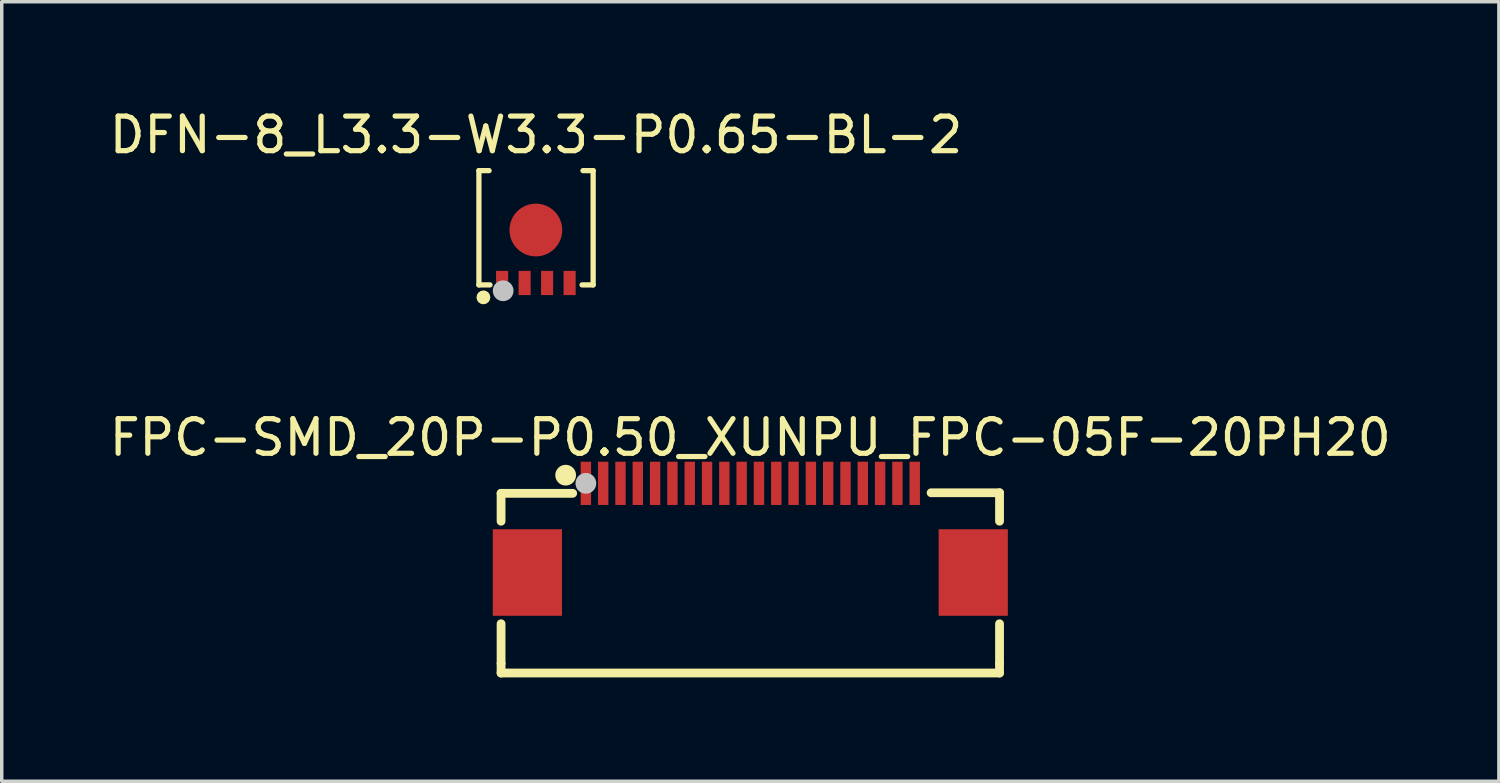
<source format=kicad_pcb>
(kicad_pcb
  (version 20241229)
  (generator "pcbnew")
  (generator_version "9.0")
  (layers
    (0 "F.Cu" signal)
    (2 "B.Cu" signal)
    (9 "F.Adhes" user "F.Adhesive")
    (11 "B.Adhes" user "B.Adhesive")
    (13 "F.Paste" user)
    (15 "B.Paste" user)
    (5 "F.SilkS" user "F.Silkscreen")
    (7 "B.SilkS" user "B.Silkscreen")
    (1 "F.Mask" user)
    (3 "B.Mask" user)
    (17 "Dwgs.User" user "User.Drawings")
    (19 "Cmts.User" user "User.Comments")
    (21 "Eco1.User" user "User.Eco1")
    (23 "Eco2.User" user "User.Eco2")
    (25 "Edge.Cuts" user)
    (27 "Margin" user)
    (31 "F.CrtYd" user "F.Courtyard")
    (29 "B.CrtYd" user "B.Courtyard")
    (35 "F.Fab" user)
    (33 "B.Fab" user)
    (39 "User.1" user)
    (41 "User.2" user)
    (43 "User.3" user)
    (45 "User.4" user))
  (footprint "DFN-8_L3.3-W3.3-P0.65-BL-2"
    (layer "F.Cu")
    (at 12.43 4.36)
    (property "Reference" "DFN-8_L3.3-W3.3-P0.65-BL-2" (at 0.005 -3.512 0) (layer "F.SilkS") (effects (font (size 1 1) (thickness 0.15))))
    (fp_line (start -1.645 -2.481) (end -1.351 -2.481) (stroke (width 0.152) (type default)) (layer "F.SilkS"))
    (fp_line (start -1.645 0.82) (end -1.645 -2.481) (stroke (width 0.152) (type default)) (layer "F.SilkS"))
    (fp_line (start -1.325 0.82) (end -1.645 0.82) (stroke (width 0.152) (type default)) (layer "F.SilkS"))
    (fp_line (start 1.655 -2.481) (end 1.361 -2.481) (stroke (width 0.152) (type default)) (layer "F.SilkS"))
    (fp_line (start 1.655 -2.481) (end 1.655 0.82) (stroke (width 0.152) (type default)) (layer "F.SilkS"))
    (fp_line (start 1.655 0.82) (end 1.335 0.82) (stroke (width 0.152) (type default)) (layer "F.SilkS"))
    (fp_circle (center -1.515 1.18) (end -1.415 1.18) (stroke (width 0.2) (type default)) (fill no) (layer "F.SilkS"))
    (fp_line (start 0.774 -2.115) (end 0.774 -2.685) (stroke (width 0.254) (type default)) (layer "F.Paste"))
    (fp_poly (pts (xy -1.15 0.415) (xy -0.8 0.415) (xy -0.8 1.115) (xy -1.15 1.115)) (stroke (width 0) (type default)) (fill yes) (layer "F.Paste"))
    (fp_poly (pts (xy -0.5 0.415) (xy -0.15 0.415) (xy -0.15 1.115) (xy -0.5 1.115)) (stroke (width 0) (type default)) (fill yes) (layer "F.Paste"))
    (fp_poly (pts (xy 0.15 0.415) (xy 0.5 0.415) (xy 0.5 1.115) (xy 0.15 1.115)) (stroke (width 0) (type default)) (fill yes) (layer "F.Paste"))
    (fp_poly (pts (xy 0.8 0.415) (xy 1.15 0.415) (xy 1.15 1.115) (xy 0.8 1.115)) (stroke (width 0) (type default)) (fill yes) (layer "F.Paste"))
    (fp_poly (pts (xy -1.176 -0.187) (xy -1.176 -2.115) (xy -1.176 -2.685) (xy -0.775 -2.685) (xy -0.775 -2.115) (xy -0.526 -2.115) (xy -0.526 -2.685) (xy -0.125 -2.685) (xy -0.125 -2.115) (xy 0.125 -2.115) (xy 0.125 -2.685) (xy 0.525 -2.685) (xy 0.525 -2.115) (xy 0.774 -2.115) (xy 0.774 -2.685) (xy 1.176 -2.685) (xy 1.176 -2.115) (xy 1.176 -0.187)) (stroke (width 0) (type default)) (fill yes) (layer "F.Paste"))
    (fp_circle (center -0.945 0.99) (end -0.795 0.99) (stroke (width 0.3) (type default)) (fill no) (layer "Dwgs.User"))
    (fp_poly (pts (xy -1.12 0.419) (xy -0.82 0.419) (xy -0.82 0.82) (xy -1.12 0.82)) (stroke (width 0.1) (type default)) (fill no) (layer "User.1"))
    (fp_poly (pts (xy -0.47 0.419) (xy -0.17 0.419) (xy -0.17 0.82) (xy -0.47 0.82)) (stroke (width 0.1) (type default)) (fill no) (layer "User.1"))
    (fp_poly (pts (xy 0.18 0.419) (xy 0.48 0.419) (xy 0.48 0.82) (xy 0.18 0.82)) (stroke (width 0.1) (type default)) (fill no) (layer "User.1"))
    (fp_poly (pts (xy 0.83 0.419) (xy 1.13 0.419) (xy 1.13 0.82) (xy 0.83 0.82)) (stroke (width 0.1) (type default)) (fill no) (layer "User.1"))
    (fp_poly (pts (xy -1.12 -0.231) (xy -1.12 -2.08) (xy -1.12 -2.48) (xy -0.82 -2.48) (xy -0.82 -2.08) (xy -0.47 -2.08) (xy -0.47 -2.48) (xy -0.17 -2.48) (xy -0.17 -2.08) (xy 0.18 -2.08) (xy 0.18 -2.48) (xy 0.48 -2.48) (xy 0.48 -2.08) (xy 0.83 -2.08) (xy 0.83 -2.48) (xy 1.13 -2.48) (xy 1.13 -2.08) (xy 1.13 -0.231)) (stroke (width 0.1) (type default)) (fill no) (layer "User.1"))
    (fp_line (start -1.645 -2.481) (end 1.655 -2.481) (stroke (width 0.051) (type default)) (layer "User.2"))
    (fp_line (start -1.645 0.82) (end -1.645 -2.481) (stroke (width 0.051) (type default)) (layer "User.2"))
    (fp_line (start 1.655 -2.481) (end 1.655 0.82) (stroke (width 0.051) (type default)) (layer "User.2"))
    (fp_line (start 1.655 0.82) (end -1.645 0.82) (stroke (width 0.051) (type default)) (layer "User.2"))
    (fp_poly (pts (xy -1.59 0.797) (xy -1.622 0.764) (xy -1.668 0.764) (xy -1.7 0.797) (xy -1.7 0.842) (xy -1.668 0.875) (xy -1.622 0.875) (xy -1.59 0.842)) (stroke (width 0.1) (type default)) (fill no) (layer "User.3"))
    (pad "1" smd rect (at -0.975 0.765) (size 0.35 0.7) (layers "F.Cu" "F.Mask" "F.Paste"))
    (pad "2" smd rect (at -0.325 0.765) (size 0.35 0.7) (layers "F.Cu" "F.Mask" "F.Paste"))
    (pad "3" smd rect (at 0.325 0.765) (size 0.35 0.7) (layers "F.Cu" "F.Mask" "F.Paste"))
    (pad "4" smd rect (at 0.975 0.765) (size 0.35 0.7) (layers "F.Cu" "F.Mask" "F.Paste"))
    (pad "5" smd circle (at 0 -0.765) (size 1.524 1.524) (layers "F.Cu" "F.Mask" "F.Paste")))
  (footprint "FPC-SMD_20P-P0.50_XUNPU_FPC-05F-20PH20"
    (layer "F.Cu")
    (at 18.625 12.201)
    (property "Reference" "FPC-SMD_20P-P0.50_XUNPU_FPC-05F-20PH20" (at 0 -2.612 0) (layer "F.SilkS") (effects (font (size 1 1) (thickness 0.15))))
    (fp_line (start -7.2 -1) (end -5.131 -1) (stroke (width 0.254) (type default)) (layer "F.SilkS"))
    (fp_line (start -7.2 -0.194) (end -7.2 -1) (stroke (width 0.254) (type default)) (layer "F.SilkS"))
    (fp_line (start -7.2 3.913) (end -7.2 2.768) (stroke (width 0.254) (type default)) (layer "F.SilkS"))
    (fp_line (start -7.2 3.913) (end -7.2 4.191) (stroke (width 0.254) (type default)) (layer "F.SilkS"))
    (fp_line (start -7.2 4.191) (end 7.2 4.191) (stroke (width 0.254) (type default)) (layer "F.SilkS"))
    (fp_line (start 7.2 -1.016) (end 5.223 -1.016) (stroke (width 0.254) (type default)) (layer "F.SilkS"))
    (fp_line (start 7.2 -0.194) (end 7.2 -1.016) (stroke (width 0.254) (type default)) (layer "F.SilkS"))
    (fp_line (start 7.2 3.913) (end 7.2 2.768) (stroke (width 0.254) (type default)) (layer "F.SilkS"))
    (fp_line (start 7.2 3.913) (end 7.2 4.191) (stroke (width 0.254) (type default)) (layer "F.SilkS"))
    (fp_circle (center -5.334 -1.524) (end -5.184 -1.524) (stroke (width 0.3) (type default)) (fill no) (layer "F.SilkS"))
    (fp_circle (center -4.75 -1.288) (end -4.6 -1.288) (stroke (width 0.3) (type default)) (fill no) (layer "Dwgs.User"))
    (fp_poly (pts (xy -7.2 1.788) (xy -7.2 0.787) (xy -6 0.787) (xy -6 1.788)) (stroke (width 0.1) (type default)) (fill no) (layer "User.1"))
    (fp_poly (pts (xy -4.825 -1.663) (xy -4.675 -1.663) (xy -4.675 -0.912) (xy -4.825 -0.912)) (stroke (width 0.1) (type default)) (fill no) (layer "User.1"))
    (fp_poly (pts (xy -4.325 -1.663) (xy -4.175 -1.663) (xy -4.175 -0.912) (xy -4.325 -0.912)) (stroke (width 0.1) (type default)) (fill no) (layer "User.1"))
    (fp_poly (pts (xy -3.825 -1.663) (xy -3.675 -1.663) (xy -3.675 -0.912) (xy -3.825 -0.912)) (stroke (width 0.1) (type default)) (fill no) (layer "User.1"))
    (fp_poly (pts (xy -3.325 -1.663) (xy -3.175 -1.663) (xy -3.175 -0.912) (xy -3.325 -0.912)) (stroke (width 0.1) (type default)) (fill no) (layer "User.1"))
    (fp_poly (pts (xy -2.825 -1.663) (xy -2.675 -1.663) (xy -2.675 -0.912) (xy -2.825 -0.912)) (stroke (width 0.1) (type default)) (fill no) (layer "User.1"))
    (fp_poly (pts (xy -2.325 -1.663) (xy -2.175 -1.663) (xy -2.175 -0.912) (xy -2.325 -0.912)) (stroke (width 0.1) (type default)) (fill no) (layer "User.1"))
    (fp_poly (pts (xy -1.825 -1.663) (xy -1.675 -1.663) (xy -1.675 -0.912) (xy -1.825 -0.912)) (stroke (width 0.1) (type default)) (fill no) (layer "User.1"))
    (fp_poly (pts (xy -1.325 -1.663) (xy -1.175 -1.663) (xy -1.175 -0.912) (xy -1.325 -0.912)) (stroke (width 0.1) (type default)) (fill no) (layer "User.1"))
    (fp_poly (pts (xy -0.825 -1.663) (xy -0.675 -1.663) (xy -0.675 -0.912) (xy -0.825 -0.912)) (stroke (width 0.1) (type default)) (fill no) (layer "User.1"))
    (fp_poly (pts (xy -0.325 -1.663) (xy -0.175 -1.663) (xy -0.175 -0.912) (xy -0.325 -0.912)) (stroke (width 0.1) (type default)) (fill no) (layer "User.1"))
    (fp_poly (pts (xy 0.175 -1.663) (xy 0.325 -1.663) (xy 0.325 -0.912) (xy 0.175 -0.912)) (stroke (width 0.1) (type default)) (fill no) (layer "User.1"))
    (fp_poly (pts (xy 0.675 -1.663) (xy 0.825 -1.663) (xy 0.825 -0.912) (xy 0.675 -0.912)) (stroke (width 0.1) (type default)) (fill no) (layer "User.1"))
    (fp_poly (pts (xy 1.175 -1.663) (xy 1.325 -1.663) (xy 1.325 -0.912) (xy 1.175 -0.912)) (stroke (width 0.1) (type default)) (fill no) (layer "User.1"))
    (fp_poly (pts (xy 1.675 -1.663) (xy 1.825 -1.663) (xy 1.825 -0.912) (xy 1.675 -0.912)) (stroke (width 0.1) (type default)) (fill no) (layer "User.1"))
    (fp_poly (pts (xy 2.175 -1.663) (xy 2.325 -1.663) (xy 2.325 -0.912) (xy 2.175 -0.912)) (stroke (width 0.1) (type default)) (fill no) (layer "User.1"))
    (fp_poly (pts (xy 2.675 -1.663) (xy 2.825 -1.663) (xy 2.825 -0.912) (xy 2.675 -0.912)) (stroke (width 0.1) (type default)) (fill no) (layer "User.1"))
    (fp_poly (pts (xy 3.175 -1.663) (xy 3.325 -1.663) (xy 3.325 -0.912) (xy 3.175 -0.912)) (stroke (width 0.1) (type default)) (fill no) (layer "User.1"))
    (fp_poly (pts (xy 3.675 -1.663) (xy 3.825 -1.663) (xy 3.825 -0.912) (xy 3.675 -0.912)) (stroke (width 0.1) (type default)) (fill no) (layer "User.1"))
    (fp_poly (pts (xy 4.175 -1.663) (xy 4.325 -1.663) (xy 4.325 -0.912) (xy 4.175 -0.912)) (stroke (width 0.1) (type default)) (fill no) (layer "User.1"))
    (fp_poly (pts (xy 4.675 -1.663) (xy 4.825 -1.663) (xy 4.825 -0.912) (xy 4.675 -0.912)) (stroke (width 0.1) (type default)) (fill no) (layer "User.1"))
    (fp_poly (pts (xy 6 1.788) (xy 6 0.787) (xy 7.2 0.787) (xy 7.2 1.788)) (stroke (width 0.1) (type default)) (fill no) (layer "User.1"))
    (fp_line (start -7.2 -0.963) (end 7.2 -0.963) (stroke (width 0.051) (type default)) (layer "User.2"))
    (fp_line (start -7.2 4.157) (end -7.2 -0.963) (stroke (width 0.051) (type default)) (layer "User.2"))
    (fp_line (start 7.2 -0.963) (end 7.2 4.157) (stroke (width 0.051) (type default)) (layer "User.2"))
    (fp_line (start 7.2 4.157) (end -7.2 4.157) (stroke (width 0.051) (type default)) (layer "User.2"))
    (fp_poly (pts (xy -7.145 -1.685) (xy -7.177 -1.718) (xy -7.223 -1.718) (xy -7.255 -1.685) (xy -7.255 -1.64) (xy -7.223 -1.607) (xy -7.177 -1.607) (xy -7.145 -1.64)) (stroke (width 0.1) (type default)) (fill no) (layer "User.3"))
    (pad "1" smd rect (at -4.75 -1.288) (size 0.3 1.25) (layers "F.Cu" "F.Mask" "F.Paste"))
    (pad "2" smd rect (at -4.25 -1.288) (size 0.3 1.25) (layers "F.Cu" "F.Mask" "F.Paste"))
    (pad "3" smd rect (at -3.75 -1.288) (size 0.3 1.25) (layers "F.Cu" "F.Mask" "F.Paste"))
    (pad "4" smd rect (at -3.25 -1.288) (size 0.3 1.25) (layers "F.Cu" "F.Mask" "F.Paste"))
    (pad "5" smd rect (at -2.75 -1.288) (size 0.3 1.25) (layers "F.Cu" "F.Mask" "F.Paste"))
    (pad "6" smd rect (at -2.25 -1.288) (size 0.3 1.25) (layers "F.Cu" "F.Mask" "F.Paste"))
    (pad "7" smd rect (at -1.75 -1.288) (size 0.3 1.25) (layers "F.Cu" "F.Mask" "F.Paste"))
    (pad "8" smd rect (at -1.25 -1.288) (size 0.3 1.25) (layers "F.Cu" "F.Mask" "F.Paste"))
    (pad "9" smd rect (at -0.75 -1.288) (size 0.3 1.25) (layers "F.Cu" "F.Mask" "F.Paste"))
    (pad "10" smd rect (at -0.25 -1.288) (size 0.3 1.25) (layers "F.Cu" "F.Mask" "F.Paste"))
    (pad "11" smd rect (at 0.25 -1.288) (size 0.3 1.25) (layers "F.Cu" "F.Mask" "F.Paste"))
    (pad "12" smd rect (at 0.75 -1.288) (size 0.3 1.25) (layers "F.Cu" "F.Mask" "F.Paste"))
    (pad "13" smd rect (at 1.25 -1.288) (size 0.3 1.25) (layers "F.Cu" "F.Mask" "F.Paste"))
    (pad "14" smd rect (at 1.75 -1.288) (size 0.3 1.25) (layers "F.Cu" "F.Mask" "F.Paste"))
    (pad "15" smd rect (at 2.25 -1.288) (size 0.3 1.25) (layers "F.Cu" "F.Mask" "F.Paste"))
    (pad "16" smd rect (at 2.75 -1.288) (size 0.3 1.25) (layers "F.Cu" "F.Mask" "F.Paste"))
    (pad "17" smd rect (at 3.25 -1.288) (size 0.3 1.25) (layers "F.Cu" "F.Mask" "F.Paste"))
    (pad "18" smd rect (at 3.75 -1.288) (size 0.3 1.25) (layers "F.Cu" "F.Mask" "F.Paste"))
    (pad "19" smd rect (at 4.25 -1.288) (size 0.3 1.25) (layers "F.Cu" "F.Mask" "F.Paste"))
    (pad "20" smd rect (at 4.75 -1.288) (size 0.3 1.25) (layers "F.Cu" "F.Mask" "F.Paste"))
    (pad "21" smd rect (at 6.44 1.288) (size 2 2.5) (layers "F.Cu" "F.Mask" "F.Paste"))
    (pad "22" smd rect (at -6.44 1.288) (size 2 2.5) (layers "F.Cu" "F.Mask" "F.Paste")))
  (gr_rect
    (start -3 -3)
    (end 40.25 19.519)
    (stroke (width 0.1) (type default))
    (fill no)
    (layer "Edge.Cuts")))
</source>
